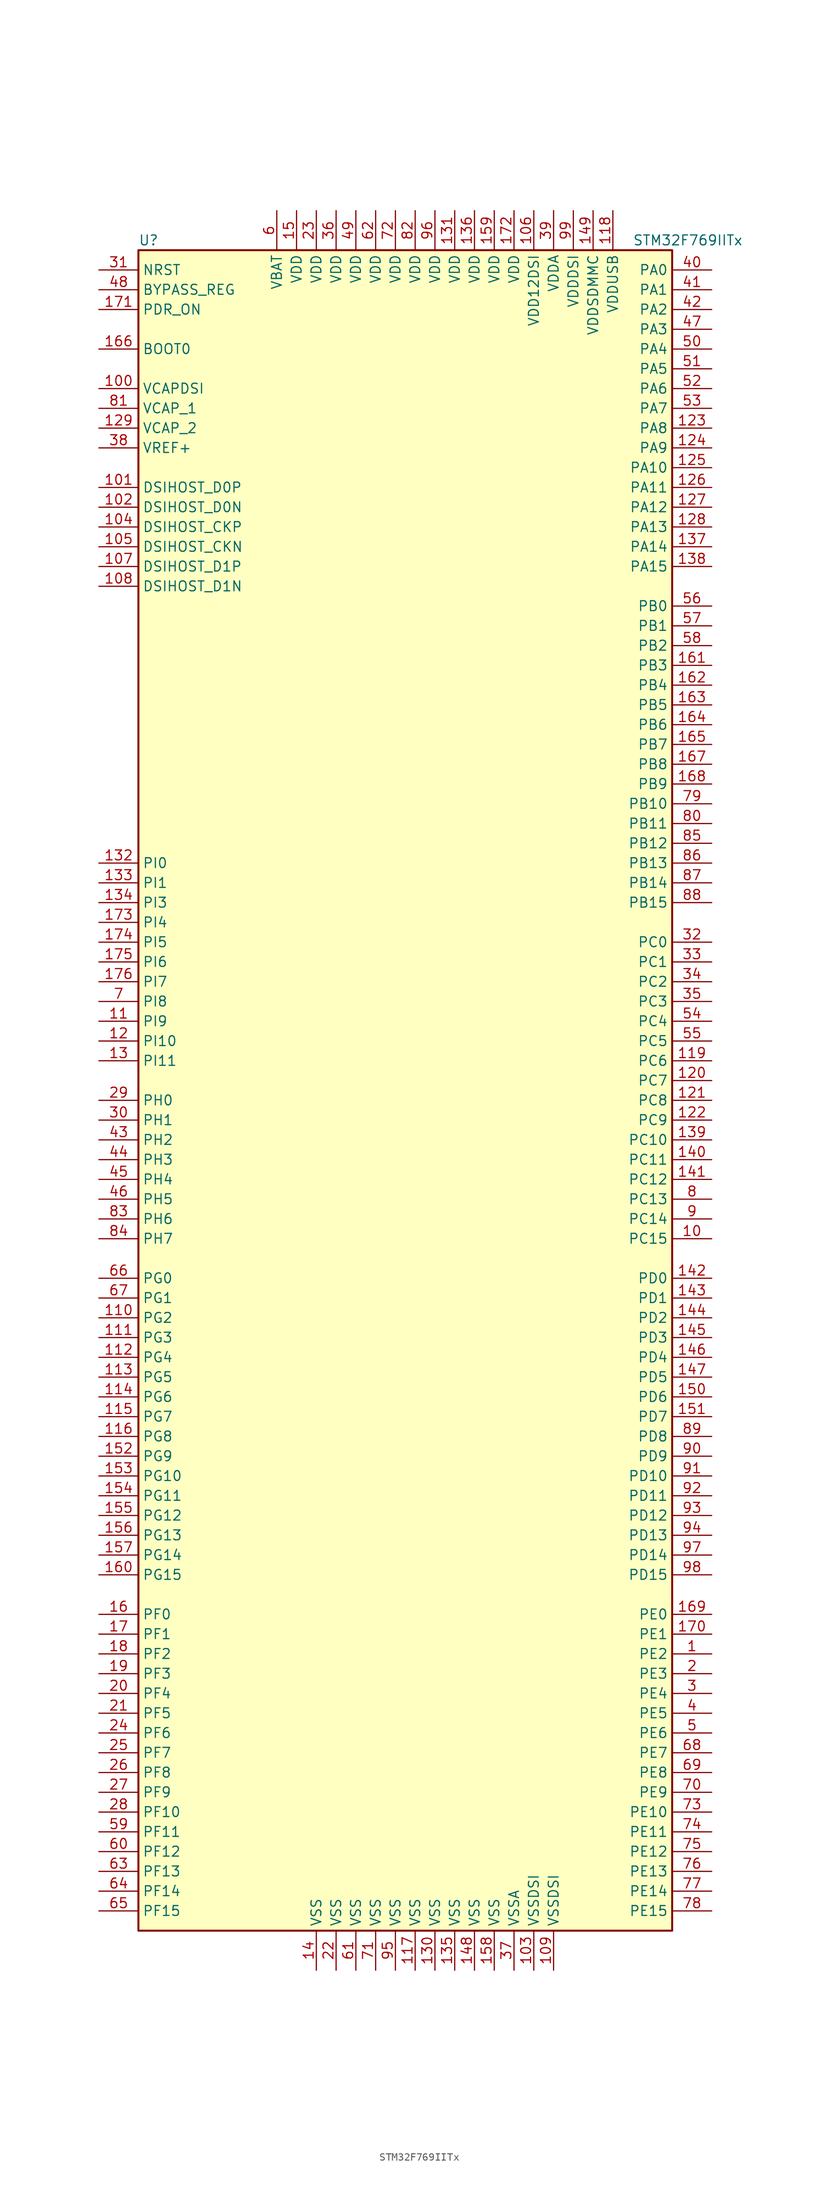
<source format=kicad_sym>
(kicad_symbol_lib
  (version 20201005)
  (generator kicad_symbol_editor)
  (symbol "STM32F769IITx"
    (property "Reference" "U"
      (at -35.56 107.95 0)
      (effects (font (size 1.27 1.27)) (justify left)))
    (property "Value" "STM32F769IITx"
      (at 27.94 107.95 0)
      (effects (font (size 1.27 1.27)) (justify left)))
    (symbol "STM32F769IITx_0_1"
      (rectangle (start -35.56 -109.22) (end 33.02 106.68) (stroke (width 0.254)) (fill (type background))))
    (symbol "STM32F769IITx_1_1"
      (pin input line (at -40.64 93.98 0) (length 5.08) (name "BOOT0" (effects (font (size 1.27 1.27)))) (number "166" (effects (font (size 1.27 1.27)))))
      (pin input line (at -40.64 101.6 0) (length 5.08) (name "BYPASS_REG" (effects (font (size 1.27 1.27)))) (number "48" (effects (font (size 1.27 1.27)))))
      (pin bidirectional line (at -40.64 68.58 0) (length 5.08) (name "DSIHOST_CKN" (effects (font (size 1.27 1.27)))) (number "105" (effects (font (size 1.27 1.27)))))
      (pin bidirectional line (at -40.64 71.12 0) (length 5.08) (name "DSIHOST_CKP" (effects (font (size 1.27 1.27)))) (number "104" (effects (font (size 1.27 1.27)))))
      (pin bidirectional line (at -40.64 73.66 0) (length 5.08) (name "DSIHOST_D0N" (effects (font (size 1.27 1.27)))) (number "102" (effects (font (size 1.27 1.27)))))
      (pin bidirectional line (at -40.64 76.2 0) (length 5.08) (name "DSIHOST_D0P" (effects (font (size 1.27 1.27)))) (number "101" (effects (font (size 1.27 1.27)))))
      (pin bidirectional line (at -40.64 63.5 0) (length 5.08) (name "DSIHOST_D1N" (effects (font (size 1.27 1.27)))) (number "108" (effects (font (size 1.27 1.27)))))
      (pin bidirectional line (at -40.64 66.04 0) (length 5.08) (name "DSIHOST_D1P" (effects (font (size 1.27 1.27)))) (number "107" (effects (font (size 1.27 1.27)))))
      (pin input line (at -40.64 104.14 0) (length 5.08) (name "NRST" (effects (font (size 1.27 1.27)))) (number "31" (effects (font (size 1.27 1.27)))))
      (pin bidirectional line (at 38.1 104.14 180) (length 5.08) (name "PA0" (effects (font (size 1.27 1.27)))) (number "40" (effects (font (size 1.27 1.27)))))
      (pin bidirectional line (at 38.1 101.6 180) (length 5.08) (name "PA1" (effects (font (size 1.27 1.27)))) (number "41" (effects (font (size 1.27 1.27)))))
      (pin bidirectional line (at 38.1 78.74 180) (length 5.08) (name "PA10" (effects (font (size 1.27 1.27)))) (number "125" (effects (font (size 1.27 1.27)))))
      (pin bidirectional line (at 38.1 76.2 180) (length 5.08) (name "PA11" (effects (font (size 1.27 1.27)))) (number "126" (effects (font (size 1.27 1.27)))))
      (pin bidirectional line (at 38.1 73.66 180) (length 5.08) (name "PA12" (effects (font (size 1.27 1.27)))) (number "127" (effects (font (size 1.27 1.27)))))
      (pin bidirectional line (at 38.1 71.12 180) (length 5.08) (name "PA13" (effects (font (size 1.27 1.27)))) (number "128" (effects (font (size 1.27 1.27)))))
      (pin bidirectional line (at 38.1 68.58 180) (length 5.08) (name "PA14" (effects (font (size 1.27 1.27)))) (number "137" (effects (font (size 1.27 1.27)))))
      (pin bidirectional line (at 38.1 66.04 180) (length 5.08) (name "PA15" (effects (font (size 1.27 1.27)))) (number "138" (effects (font (size 1.27 1.27)))))
      (pin bidirectional line (at 38.1 99.06 180) (length 5.08) (name "PA2" (effects (font (size 1.27 1.27)))) (number "42" (effects (font (size 1.27 1.27)))))
      (pin bidirectional line (at 38.1 96.52 180) (length 5.08) (name "PA3" (effects (font (size 1.27 1.27)))) (number "47" (effects (font (size 1.27 1.27)))))
      (pin bidirectional line (at 38.1 93.98 180) (length 5.08) (name "PA4" (effects (font (size 1.27 1.27)))) (number "50" (effects (font (size 1.27 1.27)))))
      (pin bidirectional line (at 38.1 91.44 180) (length 5.08) (name "PA5" (effects (font (size 1.27 1.27)))) (number "51" (effects (font (size 1.27 1.27)))))
      (pin bidirectional line (at 38.1 88.9 180) (length 5.08) (name "PA6" (effects (font (size 1.27 1.27)))) (number "52" (effects (font (size 1.27 1.27)))))
      (pin bidirectional line (at 38.1 86.36 180) (length 5.08) (name "PA7" (effects (font (size 1.27 1.27)))) (number "53" (effects (font (size 1.27 1.27)))))
      (pin bidirectional line (at 38.1 83.82 180) (length 5.08) (name "PA8" (effects (font (size 1.27 1.27)))) (number "123" (effects (font (size 1.27 1.27)))))
      (pin bidirectional line (at 38.1 81.28 180) (length 5.08) (name "PA9" (effects (font (size 1.27 1.27)))) (number "124" (effects (font (size 1.27 1.27)))))
      (pin bidirectional line (at 38.1 60.96 180) (length 5.08) (name "PB0" (effects (font (size 1.27 1.27)))) (number "56" (effects (font (size 1.27 1.27)))))
      (pin bidirectional line (at 38.1 58.42 180) (length 5.08) (name "PB1" (effects (font (size 1.27 1.27)))) (number "57" (effects (font (size 1.27 1.27)))))
      (pin bidirectional line (at 38.1 35.56 180) (length 5.08) (name "PB10" (effects (font (size 1.27 1.27)))) (number "79" (effects (font (size 1.27 1.27)))))
      (pin bidirectional line (at 38.1 33.02 180) (length 5.08) (name "PB11" (effects (font (size 1.27 1.27)))) (number "80" (effects (font (size 1.27 1.27)))))
      (pin bidirectional line (at 38.1 30.48 180) (length 5.08) (name "PB12" (effects (font (size 1.27 1.27)))) (number "85" (effects (font (size 1.27 1.27)))))
      (pin bidirectional line (at 38.1 27.94 180) (length 5.08) (name "PB13" (effects (font (size 1.27 1.27)))) (number "86" (effects (font (size 1.27 1.27)))))
      (pin bidirectional line (at 38.1 25.4 180) (length 5.08) (name "PB14" (effects (font (size 1.27 1.27)))) (number "87" (effects (font (size 1.27 1.27)))))
      (pin bidirectional line (at 38.1 22.86 180) (length 5.08) (name "PB15" (effects (font (size 1.27 1.27)))) (number "88" (effects (font (size 1.27 1.27)))))
      (pin bidirectional line (at 38.1 55.88 180) (length 5.08) (name "PB2" (effects (font (size 1.27 1.27)))) (number "58" (effects (font (size 1.27 1.27)))))
      (pin bidirectional line (at 38.1 53.34 180) (length 5.08) (name "PB3" (effects (font (size 1.27 1.27)))) (number "161" (effects (font (size 1.27 1.27)))))
      (pin bidirectional line (at 38.1 50.8 180) (length 5.08) (name "PB4" (effects (font (size 1.27 1.27)))) (number "162" (effects (font (size 1.27 1.27)))))
      (pin bidirectional line (at 38.1 48.26 180) (length 5.08) (name "PB5" (effects (font (size 1.27 1.27)))) (number "163" (effects (font (size 1.27 1.27)))))
      (pin bidirectional line (at 38.1 45.72 180) (length 5.08) (name "PB6" (effects (font (size 1.27 1.27)))) (number "164" (effects (font (size 1.27 1.27)))))
      (pin bidirectional line (at 38.1 43.18 180) (length 5.08) (name "PB7" (effects (font (size 1.27 1.27)))) (number "165" (effects (font (size 1.27 1.27)))))
      (pin bidirectional line (at 38.1 40.64 180) (length 5.08) (name "PB8" (effects (font (size 1.27 1.27)))) (number "167" (effects (font (size 1.27 1.27)))))
      (pin bidirectional line (at 38.1 38.1 180) (length 5.08) (name "PB9" (effects (font (size 1.27 1.27)))) (number "168" (effects (font (size 1.27 1.27)))))
      (pin bidirectional line (at 38.1 17.78 180) (length 5.08) (name "PC0" (effects (font (size 1.27 1.27)))) (number "32" (effects (font (size 1.27 1.27)))))
      (pin bidirectional line (at 38.1 15.24 180) (length 5.08) (name "PC1" (effects (font (size 1.27 1.27)))) (number "33" (effects (font (size 1.27 1.27)))))
      (pin bidirectional line (at 38.1 -7.62 180) (length 5.08) (name "PC10" (effects (font (size 1.27 1.27)))) (number "139" (effects (font (size 1.27 1.27)))))
      (pin bidirectional line (at 38.1 -10.16 180) (length 5.08) (name "PC11" (effects (font (size 1.27 1.27)))) (number "140" (effects (font (size 1.27 1.27)))))
      (pin bidirectional line (at 38.1 -12.7 180) (length 5.08) (name "PC12" (effects (font (size 1.27 1.27)))) (number "141" (effects (font (size 1.27 1.27)))))
      (pin bidirectional line (at 38.1 -15.24 180) (length 5.08) (name "PC13" (effects (font (size 1.27 1.27)))) (number "8" (effects (font (size 1.27 1.27)))))
      (pin bidirectional line (at 38.1 -17.78 180) (length 5.08) (name "PC14" (effects (font (size 1.27 1.27)))) (number "9" (effects (font (size 1.27 1.27)))))
      (pin bidirectional line (at 38.1 -20.32 180) (length 5.08) (name "PC15" (effects (font (size 1.27 1.27)))) (number "10" (effects (font (size 1.27 1.27)))))
      (pin bidirectional line (at 38.1 12.7 180) (length 5.08) (name "PC2" (effects (font (size 1.27 1.27)))) (number "34" (effects (font (size 1.27 1.27)))))
      (pin bidirectional line (at 38.1 10.16 180) (length 5.08) (name "PC3" (effects (font (size 1.27 1.27)))) (number "35" (effects (font (size 1.27 1.27)))))
      (pin bidirectional line (at 38.1 7.62 180) (length 5.08) (name "PC4" (effects (font (size 1.27 1.27)))) (number "54" (effects (font (size 1.27 1.27)))))
      (pin bidirectional line (at 38.1 5.08 180) (length 5.08) (name "PC5" (effects (font (size 1.27 1.27)))) (number "55" (effects (font (size 1.27 1.27)))))
      (pin bidirectional line (at 38.1 2.54 180) (length 5.08) (name "PC6" (effects (font (size 1.27 1.27)))) (number "119" (effects (font (size 1.27 1.27)))))
      (pin bidirectional line (at 38.1 0 180) (length 5.08) (name "PC7" (effects (font (size 1.27 1.27)))) (number "120" (effects (font (size 1.27 1.27)))))
      (pin bidirectional line (at 38.1 -2.54 180) (length 5.08) (name "PC8" (effects (font (size 1.27 1.27)))) (number "121" (effects (font (size 1.27 1.27)))))
      (pin bidirectional line (at 38.1 -5.08 180) (length 5.08) (name "PC9" (effects (font (size 1.27 1.27)))) (number "122" (effects (font (size 1.27 1.27)))))
      (pin bidirectional line (at 38.1 -25.4 180) (length 5.08) (name "PD0" (effects (font (size 1.27 1.27)))) (number "142" (effects (font (size 1.27 1.27)))))
      (pin bidirectional line (at 38.1 -27.94 180) (length 5.08) (name "PD1" (effects (font (size 1.27 1.27)))) (number "143" (effects (font (size 1.27 1.27)))))
      (pin bidirectional line (at 38.1 -50.8 180) (length 5.08) (name "PD10" (effects (font (size 1.27 1.27)))) (number "91" (effects (font (size 1.27 1.27)))))
      (pin bidirectional line (at 38.1 -53.34 180) (length 5.08) (name "PD11" (effects (font (size 1.27 1.27)))) (number "92" (effects (font (size 1.27 1.27)))))
      (pin bidirectional line (at 38.1 -55.88 180) (length 5.08) (name "PD12" (effects (font (size 1.27 1.27)))) (number "93" (effects (font (size 1.27 1.27)))))
      (pin bidirectional line (at 38.1 -58.42 180) (length 5.08) (name "PD13" (effects (font (size 1.27 1.27)))) (number "94" (effects (font (size 1.27 1.27)))))
      (pin bidirectional line (at 38.1 -60.96 180) (length 5.08) (name "PD14" (effects (font (size 1.27 1.27)))) (number "97" (effects (font (size 1.27 1.27)))))
      (pin bidirectional line (at 38.1 -63.5 180) (length 5.08) (name "PD15" (effects (font (size 1.27 1.27)))) (number "98" (effects (font (size 1.27 1.27)))))
      (pin bidirectional line (at 38.1 -30.48 180) (length 5.08) (name "PD2" (effects (font (size 1.27 1.27)))) (number "144" (effects (font (size 1.27 1.27)))))
      (pin bidirectional line (at 38.1 -33.02 180) (length 5.08) (name "PD3" (effects (font (size 1.27 1.27)))) (number "145" (effects (font (size 1.27 1.27)))))
      (pin bidirectional line (at 38.1 -35.56 180) (length 5.08) (name "PD4" (effects (font (size 1.27 1.27)))) (number "146" (effects (font (size 1.27 1.27)))))
      (pin bidirectional line (at 38.1 -38.1 180) (length 5.08) (name "PD5" (effects (font (size 1.27 1.27)))) (number "147" (effects (font (size 1.27 1.27)))))
      (pin bidirectional line (at 38.1 -40.64 180) (length 5.08) (name "PD6" (effects (font (size 1.27 1.27)))) (number "150" (effects (font (size 1.27 1.27)))))
      (pin bidirectional line (at 38.1 -43.18 180) (length 5.08) (name "PD7" (effects (font (size 1.27 1.27)))) (number "151" (effects (font (size 1.27 1.27)))))
      (pin bidirectional line (at 38.1 -45.72 180) (length 5.08) (name "PD8" (effects (font (size 1.27 1.27)))) (number "89" (effects (font (size 1.27 1.27)))))
      (pin bidirectional line (at 38.1 -48.26 180) (length 5.08) (name "PD9" (effects (font (size 1.27 1.27)))) (number "90" (effects (font (size 1.27 1.27)))))
      (pin input line (at -40.64 99.06 0) (length 5.08) (name "PDR_ON" (effects (font (size 1.27 1.27)))) (number "171" (effects (font (size 1.27 1.27)))))
      (pin bidirectional line (at 38.1 -68.58 180) (length 5.08) (name "PE0" (effects (font (size 1.27 1.27)))) (number "169" (effects (font (size 1.27 1.27)))))
      (pin bidirectional line (at 38.1 -71.12 180) (length 5.08) (name "PE1" (effects (font (size 1.27 1.27)))) (number "170" (effects (font (size 1.27 1.27)))))
      (pin bidirectional line (at 38.1 -93.98 180) (length 5.08) (name "PE10" (effects (font (size 1.27 1.27)))) (number "73" (effects (font (size 1.27 1.27)))))
      (pin bidirectional line (at 38.1 -96.52 180) (length 5.08) (name "PE11" (effects (font (size 1.27 1.27)))) (number "74" (effects (font (size 1.27 1.27)))))
      (pin bidirectional line (at 38.1 -99.06 180) (length 5.08) (name "PE12" (effects (font (size 1.27 1.27)))) (number "75" (effects (font (size 1.27 1.27)))))
      (pin bidirectional line (at 38.1 -101.6 180) (length 5.08) (name "PE13" (effects (font (size 1.27 1.27)))) (number "76" (effects (font (size 1.27 1.27)))))
      (pin bidirectional line (at 38.1 -104.14 180) (length 5.08) (name "PE14" (effects (font (size 1.27 1.27)))) (number "77" (effects (font (size 1.27 1.27)))))
      (pin bidirectional line (at 38.1 -106.68 180) (length 5.08) (name "PE15" (effects (font (size 1.27 1.27)))) (number "78" (effects (font (size 1.27 1.27)))))
      (pin bidirectional line (at 38.1 -73.66 180) (length 5.08) (name "PE2" (effects (font (size 1.27 1.27)))) (number "1" (effects (font (size 1.27 1.27)))))
      (pin bidirectional line (at 38.1 -76.2 180) (length 5.08) (name "PE3" (effects (font (size 1.27 1.27)))) (number "2" (effects (font (size 1.27 1.27)))))
      (pin bidirectional line (at 38.1 -78.74 180) (length 5.08) (name "PE4" (effects (font (size 1.27 1.27)))) (number "3" (effects (font (size 1.27 1.27)))))
      (pin bidirectional line (at 38.1 -81.28 180) (length 5.08) (name "PE5" (effects (font (size 1.27 1.27)))) (number "4" (effects (font (size 1.27 1.27)))))
      (pin bidirectional line (at 38.1 -83.82 180) (length 5.08) (name "PE6" (effects (font (size 1.27 1.27)))) (number "5" (effects (font (size 1.27 1.27)))))
      (pin bidirectional line (at 38.1 -86.36 180) (length 5.08) (name "PE7" (effects (font (size 1.27 1.27)))) (number "68" (effects (font (size 1.27 1.27)))))
      (pin bidirectional line (at 38.1 -88.9 180) (length 5.08) (name "PE8" (effects (font (size 1.27 1.27)))) (number "69" (effects (font (size 1.27 1.27)))))
      (pin bidirectional line (at 38.1 -91.44 180) (length 5.08) (name "PE9" (effects (font (size 1.27 1.27)))) (number "70" (effects (font (size 1.27 1.27)))))
      (pin bidirectional line (at -40.64 -68.58 0) (length 5.08) (name "PF0" (effects (font (size 1.27 1.27)))) (number "16" (effects (font (size 1.27 1.27)))))
      (pin bidirectional line (at -40.64 -71.12 0) (length 5.08) (name "PF1" (effects (font (size 1.27 1.27)))) (number "17" (effects (font (size 1.27 1.27)))))
      (pin bidirectional line (at -40.64 -93.98 0) (length 5.08) (name "PF10" (effects (font (size 1.27 1.27)))) (number "28" (effects (font (size 1.27 1.27)))))
      (pin bidirectional line (at -40.64 -96.52 0) (length 5.08) (name "PF11" (effects (font (size 1.27 1.27)))) (number "59" (effects (font (size 1.27 1.27)))))
      (pin bidirectional line (at -40.64 -99.06 0) (length 5.08) (name "PF12" (effects (font (size 1.27 1.27)))) (number "60" (effects (font (size 1.27 1.27)))))
      (pin bidirectional line (at -40.64 -101.6 0) (length 5.08) (name "PF13" (effects (font (size 1.27 1.27)))) (number "63" (effects (font (size 1.27 1.27)))))
      (pin bidirectional line (at -40.64 -104.14 0) (length 5.08) (name "PF14" (effects (font (size 1.27 1.27)))) (number "64" (effects (font (size 1.27 1.27)))))
      (pin bidirectional line (at -40.64 -106.68 0) (length 5.08) (name "PF15" (effects (font (size 1.27 1.27)))) (number "65" (effects (font (size 1.27 1.27)))))
      (pin bidirectional line (at -40.64 -73.66 0) (length 5.08) (name "PF2" (effects (font (size 1.27 1.27)))) (number "18" (effects (font (size 1.27 1.27)))))
      (pin bidirectional line (at -40.64 -76.2 0) (length 5.08) (name "PF3" (effects (font (size 1.27 1.27)))) (number "19" (effects (font (size 1.27 1.27)))))
      (pin bidirectional line (at -40.64 -78.74 0) (length 5.08) (name "PF4" (effects (font (size 1.27 1.27)))) (number "20" (effects (font (size 1.27 1.27)))))
      (pin bidirectional line (at -40.64 -81.28 0) (length 5.08) (name "PF5" (effects (font (size 1.27 1.27)))) (number "21" (effects (font (size 1.27 1.27)))))
      (pin bidirectional line (at -40.64 -83.82 0) (length 5.08) (name "PF6" (effects (font (size 1.27 1.27)))) (number "24" (effects (font (size 1.27 1.27)))))
      (pin bidirectional line (at -40.64 -86.36 0) (length 5.08) (name "PF7" (effects (font (size 1.27 1.27)))) (number "25" (effects (font (size 1.27 1.27)))))
      (pin bidirectional line (at -40.64 -88.9 0) (length 5.08) (name "PF8" (effects (font (size 1.27 1.27)))) (number "26" (effects (font (size 1.27 1.27)))))
      (pin bidirectional line (at -40.64 -91.44 0) (length 5.08) (name "PF9" (effects (font (size 1.27 1.27)))) (number "27" (effects (font (size 1.27 1.27)))))
      (pin bidirectional line (at -40.64 -25.4 0) (length 5.08) (name "PG0" (effects (font (size 1.27 1.27)))) (number "66" (effects (font (size 1.27 1.27)))))
      (pin bidirectional line (at -40.64 -27.94 0) (length 5.08) (name "PG1" (effects (font (size 1.27 1.27)))) (number "67" (effects (font (size 1.27 1.27)))))
      (pin bidirectional line (at -40.64 -50.8 0) (length 5.08) (name "PG10" (effects (font (size 1.27 1.27)))) (number "153" (effects (font (size 1.27 1.27)))))
      (pin bidirectional line (at -40.64 -53.34 0) (length 5.08) (name "PG11" (effects (font (size 1.27 1.27)))) (number "154" (effects (font (size 1.27 1.27)))))
      (pin bidirectional line (at -40.64 -55.88 0) (length 5.08) (name "PG12" (effects (font (size 1.27 1.27)))) (number "155" (effects (font (size 1.27 1.27)))))
      (pin bidirectional line (at -40.64 -58.42 0) (length 5.08) (name "PG13" (effects (font (size 1.27 1.27)))) (number "156" (effects (font (size 1.27 1.27)))))
      (pin bidirectional line (at -40.64 -60.96 0) (length 5.08) (name "PG14" (effects (font (size 1.27 1.27)))) (number "157" (effects (font (size 1.27 1.27)))))
      (pin bidirectional line (at -40.64 -63.5 0) (length 5.08) (name "PG15" (effects (font (size 1.27 1.27)))) (number "160" (effects (font (size 1.27 1.27)))))
      (pin bidirectional line (at -40.64 -30.48 0) (length 5.08) (name "PG2" (effects (font (size 1.27 1.27)))) (number "110" (effects (font (size 1.27 1.27)))))
      (pin bidirectional line (at -40.64 -33.02 0) (length 5.08) (name "PG3" (effects (font (size 1.27 1.27)))) (number "111" (effects (font (size 1.27 1.27)))))
      (pin bidirectional line (at -40.64 -35.56 0) (length 5.08) (name "PG4" (effects (font (size 1.27 1.27)))) (number "112" (effects (font (size 1.27 1.27)))))
      (pin bidirectional line (at -40.64 -38.1 0) (length 5.08) (name "PG5" (effects (font (size 1.27 1.27)))) (number "113" (effects (font (size 1.27 1.27)))))
      (pin bidirectional line (at -40.64 -40.64 0) (length 5.08) (name "PG6" (effects (font (size 1.27 1.27)))) (number "114" (effects (font (size 1.27 1.27)))))
      (pin bidirectional line (at -40.64 -43.18 0) (length 5.08) (name "PG7" (effects (font (size 1.27 1.27)))) (number "115" (effects (font (size 1.27 1.27)))))
      (pin bidirectional line (at -40.64 -45.72 0) (length 5.08) (name "PG8" (effects (font (size 1.27 1.27)))) (number "116" (effects (font (size 1.27 1.27)))))
      (pin bidirectional line (at -40.64 -48.26 0) (length 5.08) (name "PG9" (effects (font (size 1.27 1.27)))) (number "152" (effects (font (size 1.27 1.27)))))
      (pin input line (at -40.64 -2.54 0) (length 5.08) (name "PH0" (effects (font (size 1.27 1.27)))) (number "29" (effects (font (size 1.27 1.27)))))
      (pin input line (at -40.64 -5.08 0) (length 5.08) (name "PH1" (effects (font (size 1.27 1.27)))) (number "30" (effects (font (size 1.27 1.27)))))
      (pin bidirectional line (at -40.64 -7.62 0) (length 5.08) (name "PH2" (effects (font (size 1.27 1.27)))) (number "43" (effects (font (size 1.27 1.27)))))
      (pin bidirectional line (at -40.64 -10.16 0) (length 5.08) (name "PH3" (effects (font (size 1.27 1.27)))) (number "44" (effects (font (size 1.27 1.27)))))
      (pin bidirectional line (at -40.64 -12.7 0) (length 5.08) (name "PH4" (effects (font (size 1.27 1.27)))) (number "45" (effects (font (size 1.27 1.27)))))
      (pin bidirectional line (at -40.64 -15.24 0) (length 5.08) (name "PH5" (effects (font (size 1.27 1.27)))) (number "46" (effects (font (size 1.27 1.27)))))
      (pin bidirectional line (at -40.64 -17.78 0) (length 5.08) (name "PH6" (effects (font (size 1.27 1.27)))) (number "83" (effects (font (size 1.27 1.27)))))
      (pin bidirectional line (at -40.64 -20.32 0) (length 5.08) (name "PH7" (effects (font (size 1.27 1.27)))) (number "84" (effects (font (size 1.27 1.27)))))
      (pin bidirectional line (at -40.64 27.94 0) (length 5.08) (name "PI0" (effects (font (size 1.27 1.27)))) (number "132" (effects (font (size 1.27 1.27)))))
      (pin bidirectional line (at -40.64 25.4 0) (length 5.08) (name "PI1" (effects (font (size 1.27 1.27)))) (number "133" (effects (font (size 1.27 1.27)))))
      (pin bidirectional line (at -40.64 5.08 0) (length 5.08) (name "PI10" (effects (font (size 1.27 1.27)))) (number "12" (effects (font (size 1.27 1.27)))))
      (pin bidirectional line (at -40.64 2.54 0) (length 5.08) (name "PI11" (effects (font (size 1.27 1.27)))) (number "13" (effects (font (size 1.27 1.27)))))
      (pin bidirectional line (at -40.64 22.86 0) (length 5.08) (name "PI3" (effects (font (size 1.27 1.27)))) (number "134" (effects (font (size 1.27 1.27)))))
      (pin bidirectional line (at -40.64 20.32 0) (length 5.08) (name "PI4" (effects (font (size 1.27 1.27)))) (number "173" (effects (font (size 1.27 1.27)))))
      (pin bidirectional line (at -40.64 17.78 0) (length 5.08) (name "PI5" (effects (font (size 1.27 1.27)))) (number "174" (effects (font (size 1.27 1.27)))))
      (pin bidirectional line (at -40.64 15.24 0) (length 5.08) (name "PI6" (effects (font (size 1.27 1.27)))) (number "175" (effects (font (size 1.27 1.27)))))
      (pin bidirectional line (at -40.64 12.7 0) (length 5.08) (name "PI7" (effects (font (size 1.27 1.27)))) (number "176" (effects (font (size 1.27 1.27)))))
      (pin bidirectional line (at -40.64 10.16 0) (length 5.08) (name "PI8" (effects (font (size 1.27 1.27)))) (number "7" (effects (font (size 1.27 1.27)))))
      (pin bidirectional line (at -40.64 7.62 0) (length 5.08) (name "PI9" (effects (font (size 1.27 1.27)))) (number "11" (effects (font (size 1.27 1.27)))))
      (pin power_in line (at -17.78 111.76 270) (length 5.08) (name "VBAT" (effects (font (size 1.27 1.27)))) (number "6" (effects (font (size 1.27 1.27)))))
      (pin power_in line (at -40.64 88.9 0) (length 5.08) (name "VCAPDSI" (effects (font (size 1.27 1.27)))) (number "100" (effects (font (size 1.27 1.27)))))
      (pin power_in line (at -40.64 86.36 0) (length 5.08) (name "VCAP_1" (effects (font (size 1.27 1.27)))) (number "81" (effects (font (size 1.27 1.27)))))
      (pin power_in line (at -40.64 83.82 0) (length 5.08) (name "VCAP_2" (effects (font (size 1.27 1.27)))) (number "129" (effects (font (size 1.27 1.27)))))
      (pin power_in line (at 5.08 111.76 270) (length 5.08) (name "VDD" (effects (font (size 1.27 1.27)))) (number "131" (effects (font (size 1.27 1.27)))))
      (pin power_in line (at 7.62 111.76 270) (length 5.08) (name "VDD" (effects (font (size 1.27 1.27)))) (number "136" (effects (font (size 1.27 1.27)))))
      (pin power_in line (at -15.24 111.76 270) (length 5.08) (name "VDD" (effects (font (size 1.27 1.27)))) (number "15" (effects (font (size 1.27 1.27)))))
      (pin power_in line (at 10.16 111.76 270) (length 5.08) (name "VDD" (effects (font (size 1.27 1.27)))) (number "159" (effects (font (size 1.27 1.27)))))
      (pin power_in line (at 12.7 111.76 270) (length 5.08) (name "VDD" (effects (font (size 1.27 1.27)))) (number "172" (effects (font (size 1.27 1.27)))))
      (pin power_in line (at -12.7 111.76 270) (length 5.08) (name "VDD" (effects (font (size 1.27 1.27)))) (number "23" (effects (font (size 1.27 1.27)))))
      (pin power_in line (at -10.16 111.76 270) (length 5.08) (name "VDD" (effects (font (size 1.27 1.27)))) (number "36" (effects (font (size 1.27 1.27)))))
      (pin power_in line (at -7.62 111.76 270) (length 5.08) (name "VDD" (effects (font (size 1.27 1.27)))) (number "49" (effects (font (size 1.27 1.27)))))
      (pin power_in line (at -5.08 111.76 270) (length 5.08) (name "VDD" (effects (font (size 1.27 1.27)))) (number "62" (effects (font (size 1.27 1.27)))))
      (pin power_in line (at -2.54 111.76 270) (length 5.08) (name "VDD" (effects (font (size 1.27 1.27)))) (number "72" (effects (font (size 1.27 1.27)))))
      (pin power_in line (at 0 111.76 270) (length 5.08) (name "VDD" (effects (font (size 1.27 1.27)))) (number "82" (effects (font (size 1.27 1.27)))))
      (pin power_in line (at 2.54 111.76 270) (length 5.08) (name "VDD" (effects (font (size 1.27 1.27)))) (number "96" (effects (font (size 1.27 1.27)))))
      (pin power_in line (at 15.24 111.76 270) (length 5.08) (name "VDD12DSI" (effects (font (size 1.27 1.27)))) (number "106" (effects (font (size 1.27 1.27)))))
      (pin power_in line (at 17.78 111.76 270) (length 5.08) (name "VDDA" (effects (font (size 1.27 1.27)))) (number "39" (effects (font (size 1.27 1.27)))))
      (pin power_in line (at 20.32 111.76 270) (length 5.08) (name "VDDDSI" (effects (font (size 1.27 1.27)))) (number "99" (effects (font (size 1.27 1.27)))))
      (pin power_in line (at 22.86 111.76 270) (length 5.08) (name "VDDSDMMC" (effects (font (size 1.27 1.27)))) (number "149" (effects (font (size 1.27 1.27)))))
      (pin power_in line (at 25.4 111.76 270) (length 5.08) (name "VDDUSB" (effects (font (size 1.27 1.27)))) (number "118" (effects (font (size 1.27 1.27)))))
      (pin power_in line (at -40.64 81.28 0) (length 5.08) (name "VREF+" (effects (font (size 1.27 1.27)))) (number "38" (effects (font (size 1.27 1.27)))))
      (pin power_in line (at 0 -114.3 90) (length 5.08) (name "VSS" (effects (font (size 1.27 1.27)))) (number "117" (effects (font (size 1.27 1.27)))))
      (pin power_in line (at 2.54 -114.3 90) (length 5.08) (name "VSS" (effects (font (size 1.27 1.27)))) (number "130" (effects (font (size 1.27 1.27)))))
      (pin power_in line (at 5.08 -114.3 90) (length 5.08) (name "VSS" (effects (font (size 1.27 1.27)))) (number "135" (effects (font (size 1.27 1.27)))))
      (pin power_in line (at -12.7 -114.3 90) (length 5.08) (name "VSS" (effects (font (size 1.27 1.27)))) (number "14" (effects (font (size 1.27 1.27)))))
      (pin power_in line (at 7.62 -114.3 90) (length 5.08) (name "VSS" (effects (font (size 1.27 1.27)))) (number "148" (effects (font (size 1.27 1.27)))))
      (pin power_in line (at 10.16 -114.3 90) (length 5.08) (name "VSS" (effects (font (size 1.27 1.27)))) (number "158" (effects (font (size 1.27 1.27)))))
      (pin power_in line (at -10.16 -114.3 90) (length 5.08) (name "VSS" (effects (font (size 1.27 1.27)))) (number "22" (effects (font (size 1.27 1.27)))))
      (pin power_in line (at -7.62 -114.3 90) (length 5.08) (name "VSS" (effects (font (size 1.27 1.27)))) (number "61" (effects (font (size 1.27 1.27)))))
      (pin power_in line (at -5.08 -114.3 90) (length 5.08) (name "VSS" (effects (font (size 1.27 1.27)))) (number "71" (effects (font (size 1.27 1.27)))))
      (pin power_in line (at -2.54 -114.3 90) (length 5.08) (name "VSS" (effects (font (size 1.27 1.27)))) (number "95" (effects (font (size 1.27 1.27)))))
      (pin power_in line (at 12.7 -114.3 90) (length 5.08) (name "VSSA" (effects (font (size 1.27 1.27)))) (number "37" (effects (font (size 1.27 1.27)))))
      (pin power_in line (at 15.24 -114.3 90) (length 5.08) (name "VSSDSI" (effects (font (size 1.27 1.27)))) (number "103" (effects (font (size 1.27 1.27)))))
      (pin power_in line (at 17.78 -114.3 90) (length 5.08) (name "VSSDSI" (effects (font (size 1.27 1.27)))) (number "109" (effects (font (size 1.27 1.27))))))))
</source>
